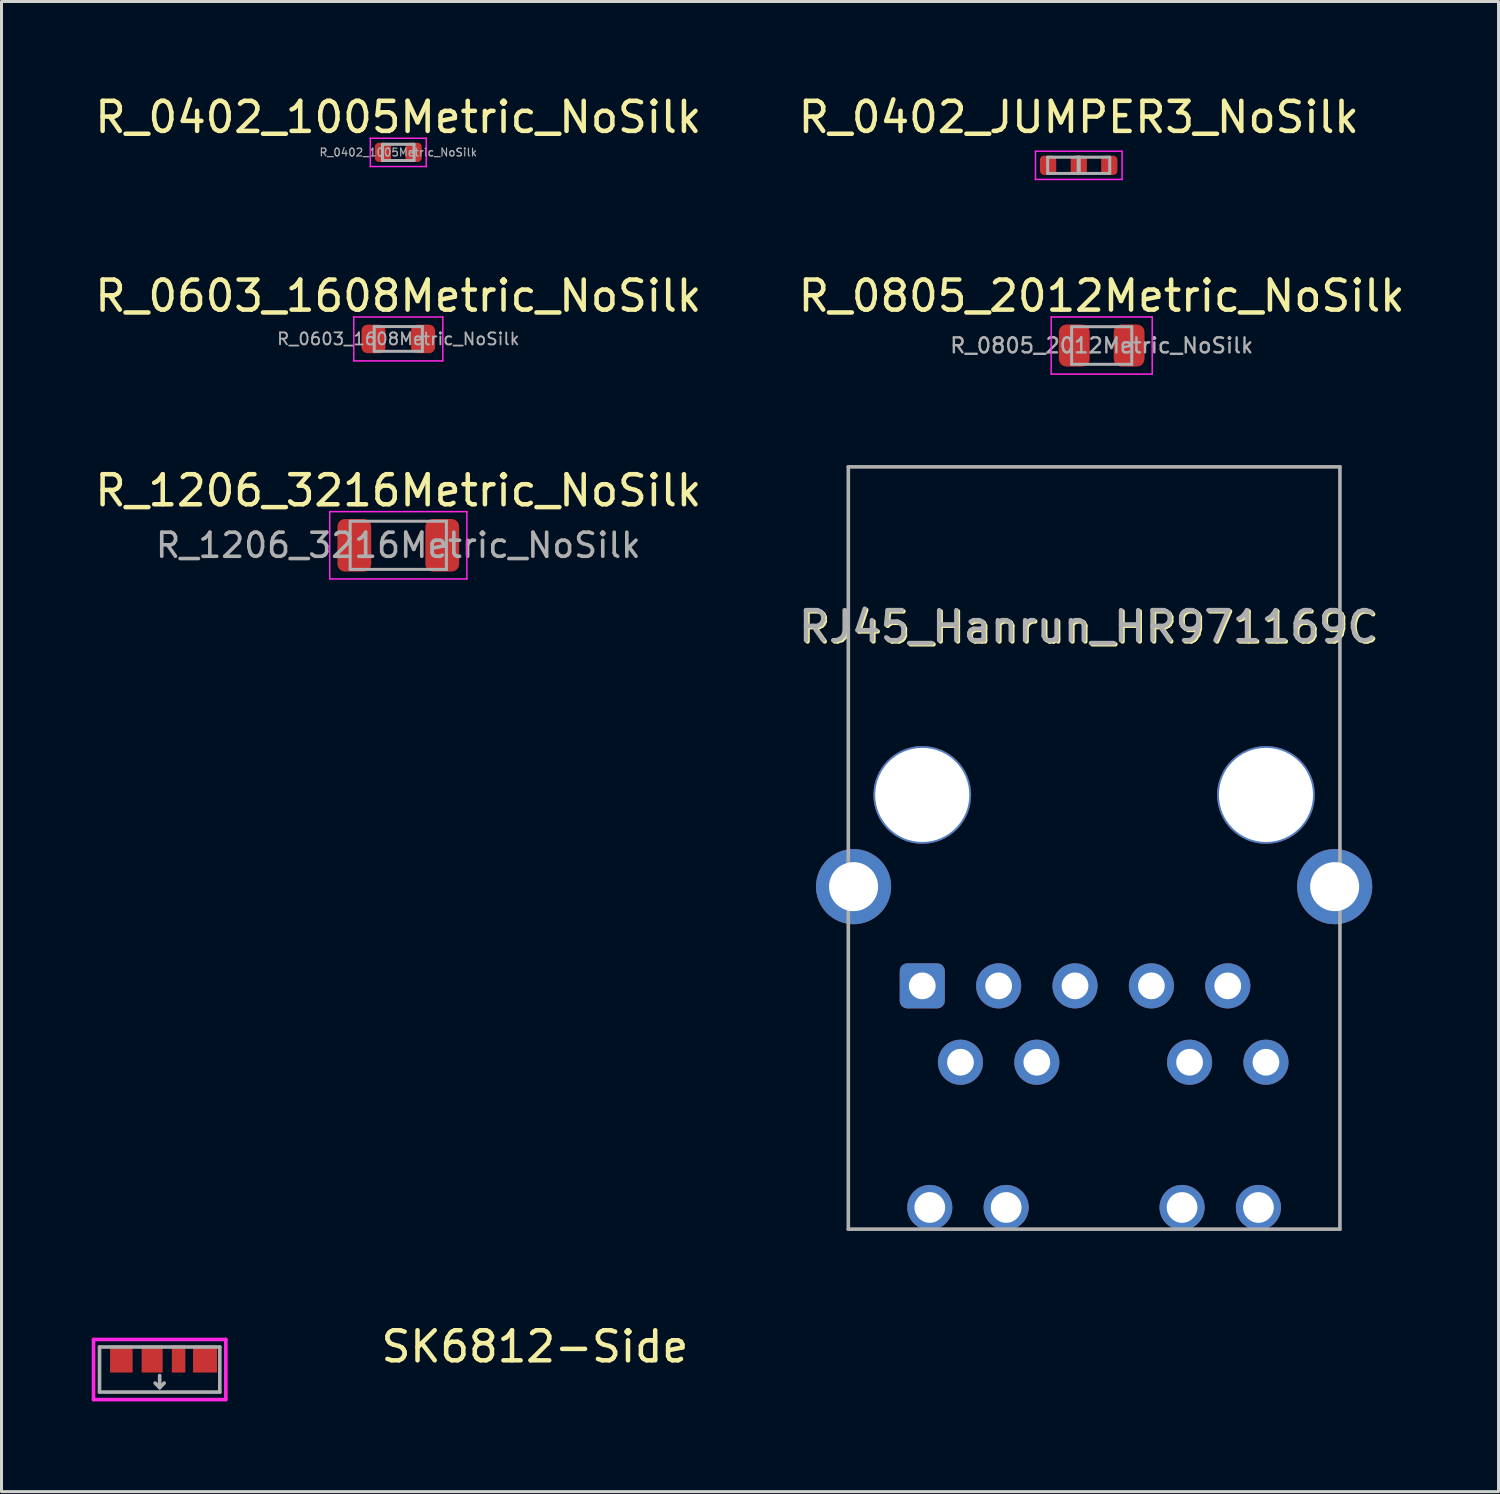
<source format=kicad_pcb>
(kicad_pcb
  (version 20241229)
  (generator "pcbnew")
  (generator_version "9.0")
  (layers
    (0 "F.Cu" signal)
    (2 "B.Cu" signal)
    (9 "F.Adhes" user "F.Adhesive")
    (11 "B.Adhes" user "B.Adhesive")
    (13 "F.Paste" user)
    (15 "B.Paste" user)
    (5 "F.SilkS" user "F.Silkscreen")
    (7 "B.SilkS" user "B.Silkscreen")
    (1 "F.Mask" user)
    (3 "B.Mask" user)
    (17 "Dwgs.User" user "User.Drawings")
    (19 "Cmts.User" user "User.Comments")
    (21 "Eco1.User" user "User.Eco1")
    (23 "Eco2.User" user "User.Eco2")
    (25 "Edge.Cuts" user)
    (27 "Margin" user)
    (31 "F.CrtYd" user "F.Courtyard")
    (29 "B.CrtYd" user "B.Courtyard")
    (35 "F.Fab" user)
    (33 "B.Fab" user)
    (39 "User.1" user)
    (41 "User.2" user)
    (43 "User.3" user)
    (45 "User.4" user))
  (footprint "RJ45_Hanrun_HR971169C"
    (layer "F.Cu")
    (at 33.337 23.387)
    (property "Reference" "RJ45_Hanrun_HR971169C" (at -0.15 -5.56 0) (layer "F.SilkS") (effects (font (size 1 1) (thickness 0.15))))
    (attr through_hole)
    (fp_line (start -8.175 -10.91) (end -8.175 14.44) (stroke (width 0.12) (type solid)) (layer "F.Fab"))
    (fp_line (start -8.175 14.44) (end 8.175 14.44) (stroke (width 0.12) (type solid)) (layer "F.Fab"))
    (fp_line (start 8.175 -10.91) (end -8.175 -10.91) (stroke (width 0.12) (type solid)) (layer "F.Fab"))
    (fp_line (start 8.175 14.44) (end 8.175 -10.91) (stroke (width 0.12) (type solid)) (layer "F.Fab"))
    (fp_text user "${REFERENCE}" (at -0.2 -5.6 0) (layer "F.Fab") (effects (font (size 1 1) (thickness 0.15))))
    (pad "" np_thru_hole circle (at -5.715 0) (size 3.25 3.25) (drill 3.13) (layers "*.Cu" "*.Mask"))
    (pad "" np_thru_hole circle (at 5.715 0) (size 3.25 3.25) (drill 3.13) (layers "*.Cu" "*.Mask"))
    (pad "1" thru_hole roundrect (at -5.715 6.35) (size 1.5 1.5) (drill 0.89) (layers "*.Cu" "*.Mask") (roundrect_rratio 0.167))
    (pad "2" thru_hole circle (at -4.445 8.89) (size 1.5 1.5) (drill 0.89) (layers "*.Cu" "*.Mask"))
    (pad "3" thru_hole circle (at -3.175 6.35) (size 1.5 1.5) (drill 0.89) (layers "*.Cu" "*.Mask"))
    (pad "4" thru_hole circle (at -1.905 8.89) (size 1.5 1.5) (drill 0.89) (layers "*.Cu" "*.Mask"))
    (pad "5" thru_hole circle (at -0.635 6.35) (size 1.5 1.5) (drill 0.89) (layers "*.Cu" "*.Mask"))
    (pad "7" thru_hole circle (at 1.905 6.35) (size 1.5 1.5) (drill 0.89) (layers "*.Cu" "*.Mask"))
    (pad "8" thru_hole circle (at 3.175 8.89) (size 1.5 1.5) (drill 0.89) (layers "*.Cu" "*.Mask"))
    (pad "9" thru_hole circle (at 4.445 6.35) (size 1.5 1.5) (drill 0.89) (layers "*.Cu" "*.Mask"))
    (pad "10" thru_hole circle (at 5.715 8.89) (size 1.5 1.5) (drill 0.89) (layers "*.Cu" "*.Mask"))
    (pad "11" thru_hole circle (at -5.465 13.72) (size 1.5 1.5) (drill 1.02) (layers "*.Cu" "*.Mask"))
    (pad "12" thru_hole circle (at -2.925 13.72) (size 1.5 1.5) (drill 1.02) (layers "*.Cu" "*.Mask"))
    (pad "13" thru_hole circle (at 2.925 13.72) (size 1.5 1.5) (drill 1.02) (layers "*.Cu" "*.Mask"))
    (pad "14" thru_hole circle (at 5.465 13.72) (size 1.5 1.5) (drill 1.02) (layers "*.Cu" "*.Mask"))
    (pad "SH" thru_hole circle (at -8 3.05) (size 2.5 2.5) (drill 1.63) (layers "*.Cu" "*.Mask"))
    (pad "SH" thru_hole circle (at 8 3.05) (size 2.5 2.5) (drill 1.63) (layers "*.Cu" "*.Mask")))
  (footprint "R_1206_3216Metric_NoSilk"
    (layer "F.Cu")
    (at 10.196 15.085)
    (property "Reference" "R_1206_3216Metric_NoSilk" (at 0 -1.82 0) (layer "F.SilkS") (effects (font (size 1 1) (thickness 0.15))))
    (attr smd)
    (fp_line (start -2.28 -1.12) (end 2.28 -1.12) (stroke (width 0.05) (type solid)) (layer "F.CrtYd"))
    (fp_line (start -2.28 1.12) (end -2.28 -1.12) (stroke (width 0.05) (type solid)) (layer "F.CrtYd"))
    (fp_line (start 2.28 -1.12) (end 2.28 1.12) (stroke (width 0.05) (type solid)) (layer "F.CrtYd"))
    (fp_line (start 2.28 1.12) (end -2.28 1.12) (stroke (width 0.05) (type solid)) (layer "F.CrtYd"))
    (fp_line (start -1.6 -0.8) (end 1.6 -0.8) (stroke (width 0.1) (type solid)) (layer "F.Fab"))
    (fp_line (start -1.6 0.8) (end -1.6 -0.8) (stroke (width 0.1) (type solid)) (layer "F.Fab"))
    (fp_line (start 1.6 -0.8) (end 1.6 0.8) (stroke (width 0.1) (type solid)) (layer "F.Fab"))
    (fp_line (start 1.6 0.8) (end -1.6 0.8) (stroke (width 0.1) (type solid)) (layer "F.Fab"))
    (fp_text user "${REFERENCE}" (at 0 0 0) (layer "F.Fab") (effects (font (size 0.8 0.8) (thickness 0.12))))
    (pad "1" smd roundrect (at -1.462 0) (size 1.125 1.75) (layers "F.Cu" "F.Mask" "F.Paste") (roundrect_rratio 0.222))
    (pad "2" smd roundrect (at 1.462 0) (size 1.125 1.75) (layers "F.Cu" "F.Mask" "F.Paste") (roundrect_rratio 0.222)))
  (footprint "R_0603_1608Metric_NoSilk"
    (layer "F.Cu")
    (at 10.196 8.222)
    (property "Reference" "R_0603_1608Metric_NoSilk" (at 0 -1.43 0) (layer "F.SilkS") (effects (font (size 1 1) (thickness 0.15))))
    (attr smd)
    (fp_line (start -1.48 -0.73) (end 1.48 -0.73) (stroke (width 0.05) (type solid)) (layer "F.CrtYd"))
    (fp_line (start -1.48 0.73) (end -1.48 -0.73) (stroke (width 0.05) (type solid)) (layer "F.CrtYd"))
    (fp_line (start 1.48 -0.73) (end 1.48 0.73) (stroke (width 0.05) (type solid)) (layer "F.CrtYd"))
    (fp_line (start 1.48 0.73) (end -1.48 0.73) (stroke (width 0.05) (type solid)) (layer "F.CrtYd"))
    (fp_line (start -0.8 -0.412) (end 0.8 -0.412) (stroke (width 0.1) (type solid)) (layer "F.Fab"))
    (fp_line (start -0.8 0.412) (end -0.8 -0.412) (stroke (width 0.1) (type solid)) (layer "F.Fab"))
    (fp_line (start 0.8 -0.412) (end 0.8 0.412) (stroke (width 0.1) (type solid)) (layer "F.Fab"))
    (fp_line (start 0.8 0.412) (end -0.8 0.412) (stroke (width 0.1) (type solid)) (layer "F.Fab"))
    (fp_text user "${REFERENCE}" (at 0 0 0) (layer "F.Fab") (effects (font (size 0.4 0.4) (thickness 0.06))))
    (pad "1" smd roundrect (at -0.825 0) (size 0.8 0.95) (layers "F.Cu" "F.Mask" "F.Paste") (roundrect_rratio 0.25))
    (pad "2" smd roundrect (at 0.825 0) (size 0.8 0.95) (layers "F.Cu" "F.Mask" "F.Paste") (roundrect_rratio 0.25)))
  (footprint "SK6812-Side"
    (layer "F.Cu")
    (at 2.26 42.497)
    (property "Reference" "SK6812-Side" (at 12.48 -0.762 0) (layer "F.SilkS") (effects (font (size 1 1) (thickness 0.15))))
    (attr through_hole)
    (fp_line (start -2.2 -1) (end -2.2 1) (stroke (width 0.12) (type solid)) (layer "F.CrtYd"))
    (fp_line (start -2.2 1) (end 2.2 1) (stroke (width 0.12) (type solid)) (layer "F.CrtYd"))
    (fp_line (start 2.2 -1) (end -2.2 -1) (stroke (width 0.12) (type solid)) (layer "F.CrtYd"))
    (fp_line (start 2.2 1) (end 2.2 -1) (stroke (width 0.12) (type solid)) (layer "F.CrtYd"))
    (fp_line (start -2 -0.75) (end -2 0.75) (stroke (width 0.12) (type solid)) (layer "F.Fab"))
    (fp_line (start -2 0.75) (end 2 0.75) (stroke (width 0.12) (type solid)) (layer "F.Fab"))
    (fp_line (start 0 0.2) (end 0 0.6) (stroke (width 0.12) (type solid)) (layer "F.Fab"))
    (fp_line (start 0 0.6) (end -0.15 0.45) (stroke (width 0.12) (type solid)) (layer "F.Fab"))
    (fp_line (start 0 0.6) (end 0.15 0.45) (stroke (width 0.12) (type solid)) (layer "F.Fab"))
    (fp_line (start 2 -0.75) (end -2 -0.75) (stroke (width 0.12) (type solid)) (layer "F.Fab"))
    (fp_line (start 2 0.75) (end 2 -0.75) (stroke (width 0.12) (type solid)) (layer "F.Fab"))
    (pad "1" smd rect (at -1.275 -0.35) (size 0.75 0.9) (layers "F.Cu" "F.Mask" "F.Paste"))
    (pad "2" smd rect (at -0.25 -0.35) (size 0.7 0.9) (layers "F.Cu" "F.Mask" "F.Paste"))
    (pad "3" smd rect (at 0.63 -0.35) (size 0.45 0.9) (layers "F.Cu" "F.Mask" "F.Paste"))
    (pad "4" smd rect (at 1.51 -0.35) (size 0.8 0.9) (layers "F.Cu" "F.Mask" "F.Paste")))
  (footprint "R_0402_JUMPER3_NoSilk"
    (layer "F.Cu")
    (at 32.827 2.448)
    (property "Reference" "R_0402_JUMPER3_NoSilk" (at 0 -1.6 0) (layer "F.SilkS") (effects (font (size 1 1) (thickness 0.15))))
    (attr smd)
    (fp_line (start -1.44 -0.47) (end 1.44 -0.47) (stroke (width 0.05) (type solid)) (layer "F.CrtYd"))
    (fp_line (start -1.44 0.47) (end -1.44 -0.47) (stroke (width 0.05) (type solid)) (layer "F.CrtYd"))
    (fp_line (start 1.44 -0.47) (end 1.44 0.47) (stroke (width 0.05) (type solid)) (layer "F.CrtYd"))
    (fp_line (start 1.44 0.47) (end -1.44 0.47) (stroke (width 0.05) (type solid)) (layer "F.CrtYd"))
    (fp_line (start -1.035 -0.27) (end 0.015 -0.27) (stroke (width 0.1) (type solid)) (layer "F.Fab"))
    (fp_line (start -1.035 0.27) (end -1.035 -0.27) (stroke (width 0.1) (type solid)) (layer "F.Fab"))
    (fp_line (start -0.02 -0.27) (end 1.03 -0.27) (stroke (width 0.1) (type solid)) (layer "F.Fab"))
    (fp_line (start -0.02 0.27) (end -0.02 -0.27) (stroke (width 0.1) (type solid)) (layer "F.Fab"))
    (fp_line (start 0.015 -0.27) (end 0.015 0.27) (stroke (width 0.1) (type solid)) (layer "F.Fab"))
    (fp_line (start 0.015 0.27) (end -1.035 0.27) (stroke (width 0.1) (type solid)) (layer "F.Fab"))
    (fp_line (start 1.03 -0.27) (end 1.03 0.27) (stroke (width 0.1) (type solid)) (layer "F.Fab"))
    (fp_line (start 1.03 0.27) (end -0.02 0.27) (stroke (width 0.1) (type solid)) (layer "F.Fab"))
    (pad "1" smd roundrect (at -1.02 0) (size 0.54 0.64) (layers "F.Cu" "F.Mask" "F.Paste") (roundrect_rratio 0.25))
    (pad "2" smd roundrect (at 0 0) (size 0.54 0.64) (layers "F.Cu" "F.Mask" "F.Paste") (roundrect_rratio 0.25))
    (pad "3" smd roundrect (at 1.015 0) (size 0.54 0.64) (layers "F.Cu" "F.Mask" "F.Paste") (roundrect_rratio 0.25)))
  (footprint "R_0805_2012Metric_NoSilk"
    (layer "F.Cu")
    (at 33.589 8.441)
    (property "Reference" "R_0805_2012Metric_NoSilk" (at 0 -1.65 0) (layer "F.SilkS") (effects (font (size 1 1) (thickness 0.15))))
    (attr smd)
    (fp_line (start -1.68 -0.95) (end 1.68 -0.95) (stroke (width 0.05) (type solid)) (layer "F.CrtYd"))
    (fp_line (start -1.68 0.95) (end -1.68 -0.95) (stroke (width 0.05) (type solid)) (layer "F.CrtYd"))
    (fp_line (start 1.68 -0.95) (end 1.68 0.95) (stroke (width 0.05) (type solid)) (layer "F.CrtYd"))
    (fp_line (start 1.68 0.95) (end -1.68 0.95) (stroke (width 0.05) (type solid)) (layer "F.CrtYd"))
    (fp_line (start -1 -0.625) (end 1 -0.625) (stroke (width 0.1) (type solid)) (layer "F.Fab"))
    (fp_line (start -1 0.625) (end -1 -0.625) (stroke (width 0.1) (type solid)) (layer "F.Fab"))
    (fp_line (start 1 -0.625) (end 1 0.625) (stroke (width 0.1) (type solid)) (layer "F.Fab"))
    (fp_line (start 1 0.625) (end -1 0.625) (stroke (width 0.1) (type solid)) (layer "F.Fab"))
    (fp_text user "${REFERENCE}" (at 0 0 0) (layer "F.Fab") (effects (font (size 0.5 0.5) (thickness 0.08))))
    (pad "1" smd roundrect (at -0.912 0) (size 1.025 1.4) (layers "F.Cu" "F.Mask" "F.Paste") (roundrect_rratio 0.244))
    (pad "2" smd roundrect (at 0.912 0) (size 1.025 1.4) (layers "F.Cu" "F.Mask" "F.Paste") (roundrect_rratio 0.244)))
  (footprint "R_0402_1005Metric_NoSilk"
    (layer "F.Cu")
    (at 10.196 2.018)
    (property "Reference" "R_0402_1005Metric_NoSilk" (at 0 -1.17 0) (layer "F.SilkS") (effects (font (size 1 1) (thickness 0.15))))
    (attr smd)
    (fp_line (start -0.93 -0.47) (end 0.93 -0.47) (stroke (width 0.05) (type solid)) (layer "F.CrtYd"))
    (fp_line (start -0.93 0.47) (end -0.93 -0.47) (stroke (width 0.05) (type solid)) (layer "F.CrtYd"))
    (fp_line (start 0.93 -0.47) (end 0.93 0.47) (stroke (width 0.05) (type solid)) (layer "F.CrtYd"))
    (fp_line (start 0.93 0.47) (end -0.93 0.47) (stroke (width 0.05) (type solid)) (layer "F.CrtYd"))
    (fp_line (start -0.525 -0.27) (end 0.525 -0.27) (stroke (width 0.1) (type solid)) (layer "F.Fab"))
    (fp_line (start -0.525 0.27) (end -0.525 -0.27) (stroke (width 0.1) (type solid)) (layer "F.Fab"))
    (fp_line (start 0.525 -0.27) (end 0.525 0.27) (stroke (width 0.1) (type solid)) (layer "F.Fab"))
    (fp_line (start 0.525 0.27) (end -0.525 0.27) (stroke (width 0.1) (type solid)) (layer "F.Fab"))
    (fp_text user "${REFERENCE}" (at 0 0 0) (layer "F.Fab") (effects (font (size 0.26 0.26) (thickness 0.04))))
    (pad "1" smd roundrect (at -0.51 0) (size 0.54 0.64) (layers "F.Cu" "F.Mask" "F.Paste") (roundrect_rratio 0.25))
    (pad "2" smd roundrect (at 0.51 0) (size 0.54 0.64) (layers "F.Cu" "F.Mask" "F.Paste") (roundrect_rratio 0.25)))
  (gr_rect
    (start -3 -3)
    (end 46.786 46.557)
    (stroke (width 0.1) (type default))
    (fill no)
    (layer "Edge.Cuts")))
</source>
